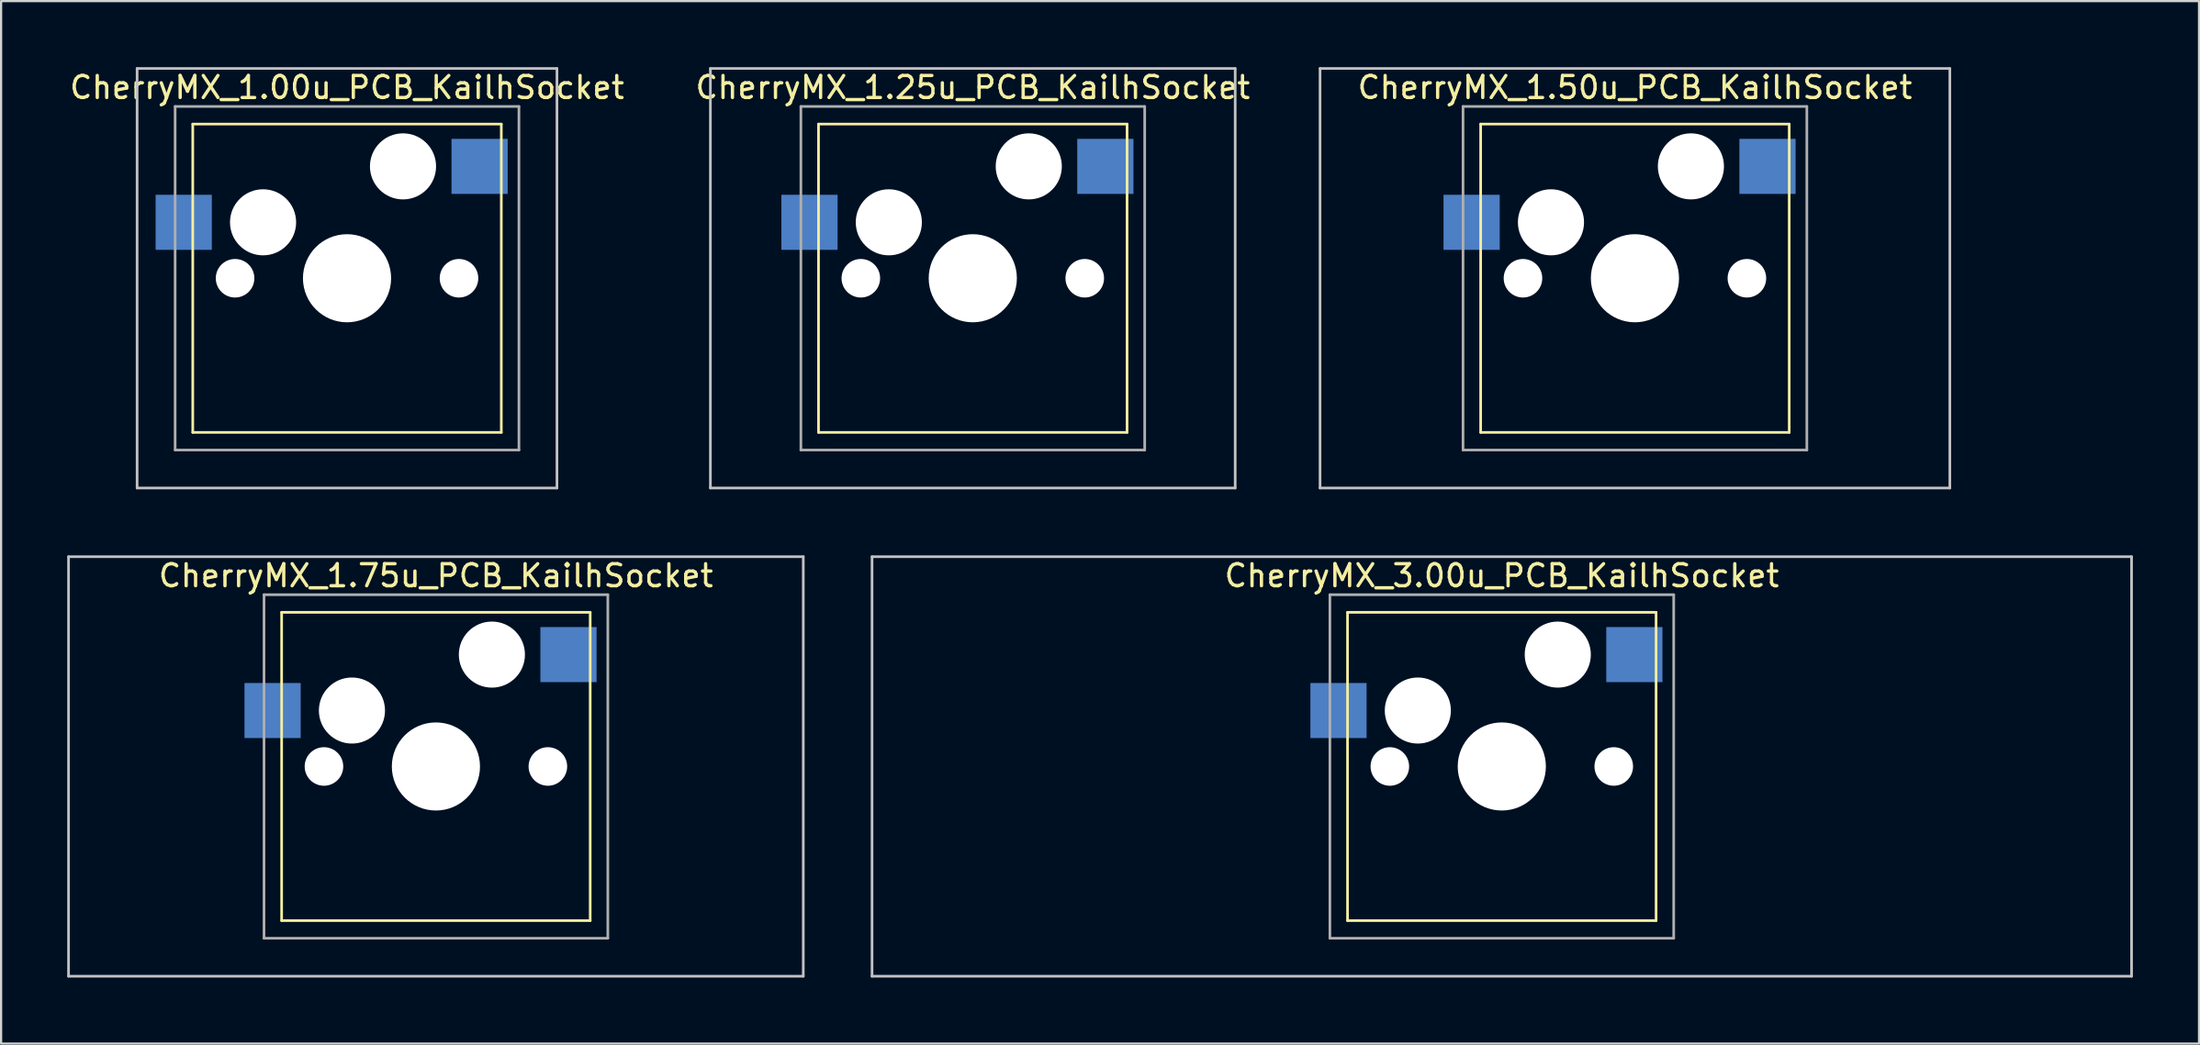
<source format=kicad_pcb>
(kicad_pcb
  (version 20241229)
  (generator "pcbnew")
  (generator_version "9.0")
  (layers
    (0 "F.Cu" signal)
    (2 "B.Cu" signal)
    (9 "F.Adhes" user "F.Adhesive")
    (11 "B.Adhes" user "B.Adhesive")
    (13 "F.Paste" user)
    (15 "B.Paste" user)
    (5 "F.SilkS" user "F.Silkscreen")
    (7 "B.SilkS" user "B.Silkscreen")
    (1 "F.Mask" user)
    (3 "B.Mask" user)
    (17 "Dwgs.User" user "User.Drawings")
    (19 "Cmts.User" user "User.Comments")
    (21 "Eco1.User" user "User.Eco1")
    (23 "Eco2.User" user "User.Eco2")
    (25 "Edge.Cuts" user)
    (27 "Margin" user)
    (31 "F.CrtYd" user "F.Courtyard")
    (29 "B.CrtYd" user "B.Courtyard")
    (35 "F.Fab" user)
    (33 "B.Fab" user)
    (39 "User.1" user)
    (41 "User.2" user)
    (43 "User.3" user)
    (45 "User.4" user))
  (footprint "CherryMX_1.75u_PCB_KailhSocket"
    (layer "F.Cu")
    (at 19.269 26.675)
    (property "Reference" "CherryMX_1.75u_PCB_KailhSocket" (at -2.54 -3.583 0) (layer "F.SilkS") (effects (font (size 1 1) (thickness 0.15))))
    (attr through_hole)
    (fp_line (start -9.54 -1.92) (end -9.54 12.08) (stroke (width 0.12) (type solid)) (layer "F.SilkS"))
    (fp_line (start -9.54 -1.92) (end 4.46 -1.92) (stroke (width 0.12) (type solid)) (layer "F.SilkS"))
    (fp_line (start 4.46 -1.92) (end 4.46 12.08) (stroke (width 0.12) (type solid)) (layer "F.SilkS"))
    (fp_line (start 4.46 12.08) (end -9.54 12.08) (stroke (width 0.12) (type solid)) (layer "F.SilkS"))
    (fp_line (start -19.209 -4.445) (end 14.129 -4.445) (stroke (width 0.12) (type solid)) (layer "Dwgs.User"))
    (fp_line (start -19.209 14.605) (end -19.209 -4.445) (stroke (width 0.12) (type solid)) (layer "Dwgs.User"))
    (fp_line (start 14.129 -4.445) (end 14.129 14.605) (stroke (width 0.12) (type solid)) (layer "Dwgs.User"))
    (fp_line (start 14.129 14.605) (end -19.209 14.605) (stroke (width 0.12) (type solid)) (layer "Dwgs.User"))
    (fp_line (start -10.34 -2.72) (end -10.34 12.88) (stroke (width 0.12) (type solid)) (layer "F.Fab"))
    (fp_line (start -10.34 -2.72) (end 5.26 -2.72) (stroke (width 0.12) (type solid)) (layer "F.Fab"))
    (fp_line (start -10.34 12.88) (end 5.26 12.88) (stroke (width 0.12) (type solid)) (layer "F.Fab"))
    (fp_line (start 5.26 -2.72) (end 5.26 12.88) (stroke (width 0.12) (type solid)) (layer "F.Fab"))
    (pad "" np_thru_hole circle (at -7.62 5.08) (size 1.75 1.75) (drill 1.75) (layers "*.Cu" "*.Mask"))
    (pad "" np_thru_hole circle (at -6.35 2.54) (size 3 3) (drill 3) (layers "*.Cu" "*.Mask"))
    (pad "" np_thru_hole circle (at -2.54 5.08) (size 4 4) (drill 4) (layers "*.Cu" "*.Mask"))
    (pad "" np_thru_hole circle (at 0 0) (size 3 3) (drill 3) (layers "*.Cu" "*.Mask"))
    (pad "" np_thru_hole circle (at 2.54 5.08) (size 1.75 1.75) (drill 1.75) (layers "*.Cu" "*.Mask"))
    (pad "1" smd rect (at 3.475 0) (size 2.55 2.5) (layers "B.Cu" "B.Mask" "B.Paste"))
    (pad "2" smd rect (at -9.95 2.54) (size 2.55 2.5) (layers "B.Cu" "B.Mask" "B.Paste")))
  (footprint "CherryMX_1.25u_PCB_KailhSocket"
    (layer "F.Cu")
    (at 43.629 4.505)
    (property "Reference" "CherryMX_1.25u_PCB_KailhSocket" (at -2.54 -3.583 0) (layer "F.SilkS") (effects (font (size 1 1) (thickness 0.15))))
    (attr through_hole)
    (fp_line (start -9.54 -1.92) (end -9.54 12.08) (stroke (width 0.12) (type solid)) (layer "F.SilkS"))
    (fp_line (start -9.54 -1.92) (end 4.46 -1.92) (stroke (width 0.12) (type solid)) (layer "F.SilkS"))
    (fp_line (start 4.46 -1.92) (end 4.46 12.08) (stroke (width 0.12) (type solid)) (layer "F.SilkS"))
    (fp_line (start 4.46 12.08) (end -9.54 12.08) (stroke (width 0.12) (type solid)) (layer "F.SilkS"))
    (fp_line (start -14.446 -4.445) (end 9.366 -4.445) (stroke (width 0.12) (type solid)) (layer "Dwgs.User"))
    (fp_line (start -14.446 14.605) (end -14.446 -4.445) (stroke (width 0.12) (type solid)) (layer "Dwgs.User"))
    (fp_line (start 9.366 -4.445) (end 9.366 14.605) (stroke (width 0.12) (type solid)) (layer "Dwgs.User"))
    (fp_line (start 9.366 14.605) (end -14.446 14.605) (stroke (width 0.12) (type solid)) (layer "Dwgs.User"))
    (fp_line (start -10.34 -2.72) (end -10.34 12.88) (stroke (width 0.12) (type solid)) (layer "F.Fab"))
    (fp_line (start -10.34 -2.72) (end 5.26 -2.72) (stroke (width 0.12) (type solid)) (layer "F.Fab"))
    (fp_line (start -10.34 12.88) (end 5.26 12.88) (stroke (width 0.12) (type solid)) (layer "F.Fab"))
    (fp_line (start 5.26 -2.72) (end 5.26 12.88) (stroke (width 0.12) (type solid)) (layer "F.Fab"))
    (pad "" np_thru_hole circle (at -7.62 5.08) (size 1.75 1.75) (drill 1.75) (layers "*.Cu" "*.Mask"))
    (pad "" np_thru_hole circle (at -6.35 2.54) (size 3 3) (drill 3) (layers "*.Cu" "*.Mask"))
    (pad "" np_thru_hole circle (at -2.54 5.08) (size 4 4) (drill 4) (layers "*.Cu" "*.Mask"))
    (pad "" np_thru_hole circle (at 0 0) (size 3 3) (drill 3) (layers "*.Cu" "*.Mask"))
    (pad "" np_thru_hole circle (at 2.54 5.08) (size 1.75 1.75) (drill 1.75) (layers "*.Cu" "*.Mask"))
    (pad "1" smd rect (at 3.475 0) (size 2.55 2.5) (layers "B.Cu" "B.Mask" "B.Paste"))
    (pad "2" smd rect (at -9.95 2.54) (size 2.55 2.5) (layers "B.Cu" "B.Mask" "B.Paste")))
  (footprint "CherryMX_3.00u_PCB_KailhSocket"
    (layer "F.Cu")
    (at 67.632 26.675)
    (property "Reference" "CherryMX_3.00u_PCB_KailhSocket" (at -2.54 -3.583 0) (layer "F.SilkS") (effects (font (size 1 1) (thickness 0.15))))
    (attr through_hole)
    (fp_line (start -9.54 -1.92) (end -9.54 12.08) (stroke (width 0.12) (type solid)) (layer "F.SilkS"))
    (fp_line (start -9.54 -1.92) (end 4.46 -1.92) (stroke (width 0.12) (type solid)) (layer "F.SilkS"))
    (fp_line (start 4.46 -1.92) (end 4.46 12.08) (stroke (width 0.12) (type solid)) (layer "F.SilkS"))
    (fp_line (start 4.46 12.08) (end -9.54 12.08) (stroke (width 0.12) (type solid)) (layer "F.SilkS"))
    (fp_line (start -31.115 -4.445) (end 26.035 -4.445) (stroke (width 0.12) (type solid)) (layer "Dwgs.User"))
    (fp_line (start -31.115 14.605) (end -31.115 -4.445) (stroke (width 0.12) (type solid)) (layer "Dwgs.User"))
    (fp_line (start 26.035 -4.445) (end 26.035 14.605) (stroke (width 0.12) (type solid)) (layer "Dwgs.User"))
    (fp_line (start 26.035 14.605) (end -31.115 14.605) (stroke (width 0.12) (type solid)) (layer "Dwgs.User"))
    (fp_line (start -10.34 -2.72) (end -10.34 12.88) (stroke (width 0.12) (type solid)) (layer "F.Fab"))
    (fp_line (start -10.34 -2.72) (end 5.26 -2.72) (stroke (width 0.12) (type solid)) (layer "F.Fab"))
    (fp_line (start -10.34 12.88) (end 5.26 12.88) (stroke (width 0.12) (type solid)) (layer "F.Fab"))
    (fp_line (start 5.26 -2.72) (end 5.26 12.88) (stroke (width 0.12) (type solid)) (layer "F.Fab"))
    (pad "" np_thru_hole circle (at -7.62 5.08) (size 1.75 1.75) (drill 1.75) (layers "*.Cu" "*.Mask"))
    (pad "" np_thru_hole circle (at -6.35 2.54) (size 3 3) (drill 3) (layers "*.Cu" "*.Mask"))
    (pad "" np_thru_hole circle (at -2.54 5.08) (size 4 4) (drill 4) (layers "*.Cu" "*.Mask"))
    (pad "" np_thru_hole circle (at 0 0) (size 3 3) (drill 3) (layers "*.Cu" "*.Mask"))
    (pad "" np_thru_hole circle (at 2.54 5.08) (size 1.75 1.75) (drill 1.75) (layers "*.Cu" "*.Mask"))
    (pad "1" smd rect (at -9.95 2.54) (size 2.55 2.5) (layers "B.Cu" "B.Mask" "B.Paste"))
    (pad "2" smd rect (at 3.475 0) (size 2.55 2.5) (layers "B.Cu" "B.Mask" "B.Paste")))
  (footprint "CherryMX_1.00u_PCB_KailhSocket"
    (layer "F.Cu")
    (at 15.236 4.505)
    (property "Reference" "CherryMX_1.00u_PCB_KailhSocket" (at -2.54 -3.583 0) (layer "F.SilkS") (effects (font (size 1 1) (thickness 0.15))))
    (attr through_hole)
    (fp_line (start -9.54 -1.92) (end -9.54 12.08) (stroke (width 0.12) (type solid)) (layer "F.SilkS"))
    (fp_line (start -9.54 -1.92) (end 4.46 -1.92) (stroke (width 0.12) (type solid)) (layer "F.SilkS"))
    (fp_line (start 4.46 -1.92) (end 4.46 12.08) (stroke (width 0.12) (type solid)) (layer "F.SilkS"))
    (fp_line (start 4.46 12.08) (end -9.54 12.08) (stroke (width 0.12) (type solid)) (layer "F.SilkS"))
    (fp_line (start -12.065 -4.445) (end 6.985 -4.445) (stroke (width 0.12) (type solid)) (layer "Dwgs.User"))
    (fp_line (start -12.065 14.605) (end -12.065 -4.445) (stroke (width 0.12) (type solid)) (layer "Dwgs.User"))
    (fp_line (start 6.985 -4.445) (end 6.985 14.605) (stroke (width 0.12) (type solid)) (layer "Dwgs.User"))
    (fp_line (start 6.985 14.605) (end -12.065 14.605) (stroke (width 0.12) (type solid)) (layer "Dwgs.User"))
    (fp_line (start -10.34 -2.72) (end -10.34 12.88) (stroke (width 0.12) (type solid)) (layer "F.Fab"))
    (fp_line (start -10.34 -2.72) (end 5.26 -2.72) (stroke (width 0.12) (type solid)) (layer "F.Fab"))
    (fp_line (start -10.34 12.88) (end 5.26 12.88) (stroke (width 0.12) (type solid)) (layer "F.Fab"))
    (fp_line (start 5.26 -2.72) (end 5.26 12.88) (stroke (width 0.12) (type solid)) (layer "F.Fab"))
    (pad "" np_thru_hole circle (at -7.62 5.08) (size 1.75 1.75) (drill 1.75) (layers "*.Cu" "*.Mask"))
    (pad "" np_thru_hole circle (at -6.35 2.54) (size 3 3) (drill 3) (layers "*.Cu" "*.Mask"))
    (pad "" np_thru_hole circle (at -2.54 5.08) (size 4 4) (drill 4) (layers "*.Cu" "*.Mask"))
    (pad "" np_thru_hole circle (at 0 0) (size 3 3) (drill 3) (layers "*.Cu" "*.Mask"))
    (pad "" np_thru_hole circle (at 2.54 5.08) (size 1.75 1.75) (drill 1.75) (layers "*.Cu" "*.Mask"))
    (pad "1" smd rect (at 3.475 0) (size 2.55 2.5) (layers "B.Cu" "B.Mask" "B.Paste"))
    (pad "2" smd rect (at -9.95 2.54) (size 2.55 2.5) (layers "B.Cu" "B.Mask" "B.Paste")))
  (footprint "CherryMX_1.50u_PCB_KailhSocket"
    (layer "F.Cu")
    (at 73.673 4.505)
    (property "Reference" "CherryMX_1.50u_PCB_KailhSocket" (at -2.54 -3.583 0) (layer "F.SilkS") (effects (font (size 1 1) (thickness 0.15))))
    (attr through_hole)
    (fp_line (start -9.54 -1.92) (end -9.54 12.08) (stroke (width 0.12) (type solid)) (layer "F.SilkS"))
    (fp_line (start -9.54 -1.92) (end 4.46 -1.92) (stroke (width 0.12) (type solid)) (layer "F.SilkS"))
    (fp_line (start 4.46 -1.92) (end 4.46 12.08) (stroke (width 0.12) (type solid)) (layer "F.SilkS"))
    (fp_line (start 4.46 12.08) (end -9.54 12.08) (stroke (width 0.12) (type solid)) (layer "F.SilkS"))
    (fp_line (start -16.828 -4.445) (end 11.748 -4.445) (stroke (width 0.12) (type solid)) (layer "Dwgs.User"))
    (fp_line (start -16.828 14.605) (end -16.828 -4.445) (stroke (width 0.12) (type solid)) (layer "Dwgs.User"))
    (fp_line (start 11.748 -4.445) (end 11.748 14.605) (stroke (width 0.12) (type solid)) (layer "Dwgs.User"))
    (fp_line (start 11.748 14.605) (end -16.828 14.605) (stroke (width 0.12) (type solid)) (layer "Dwgs.User"))
    (fp_line (start -10.34 -2.72) (end -10.34 12.88) (stroke (width 0.12) (type solid)) (layer "F.Fab"))
    (fp_line (start -10.34 -2.72) (end 5.26 -2.72) (stroke (width 0.12) (type solid)) (layer "F.Fab"))
    (fp_line (start -10.34 12.88) (end 5.26 12.88) (stroke (width 0.12) (type solid)) (layer "F.Fab"))
    (fp_line (start 5.26 -2.72) (end 5.26 12.88) (stroke (width 0.12) (type solid)) (layer "F.Fab"))
    (pad "" np_thru_hole circle (at -7.62 5.08) (size 1.75 1.75) (drill 1.75) (layers "*.Cu" "*.Mask"))
    (pad "" np_thru_hole circle (at -6.35 2.54) (size 3 3) (drill 3) (layers "*.Cu" "*.Mask"))
    (pad "" np_thru_hole circle (at -2.54 5.08) (size 4 4) (drill 4) (layers "*.Cu" "*.Mask"))
    (pad "" np_thru_hole circle (at 0 0) (size 3 3) (drill 3) (layers "*.Cu" "*.Mask"))
    (pad "" np_thru_hole circle (at 2.54 5.08) (size 1.75 1.75) (drill 1.75) (layers "*.Cu" "*.Mask"))
    (pad "1" smd rect (at 3.475 0) (size 2.55 2.5) (layers "B.Cu" "B.Mask" "B.Paste"))
    (pad "2" smd rect (at -9.95 2.54) (size 2.55 2.5) (layers "B.Cu" "B.Mask" "B.Paste")))
  (gr_rect
    (start -3 -3)
    (end 96.728 44.34)
    (stroke (width 0.1) (type default))
    (fill no)
    (layer "Edge.Cuts")))
</source>
